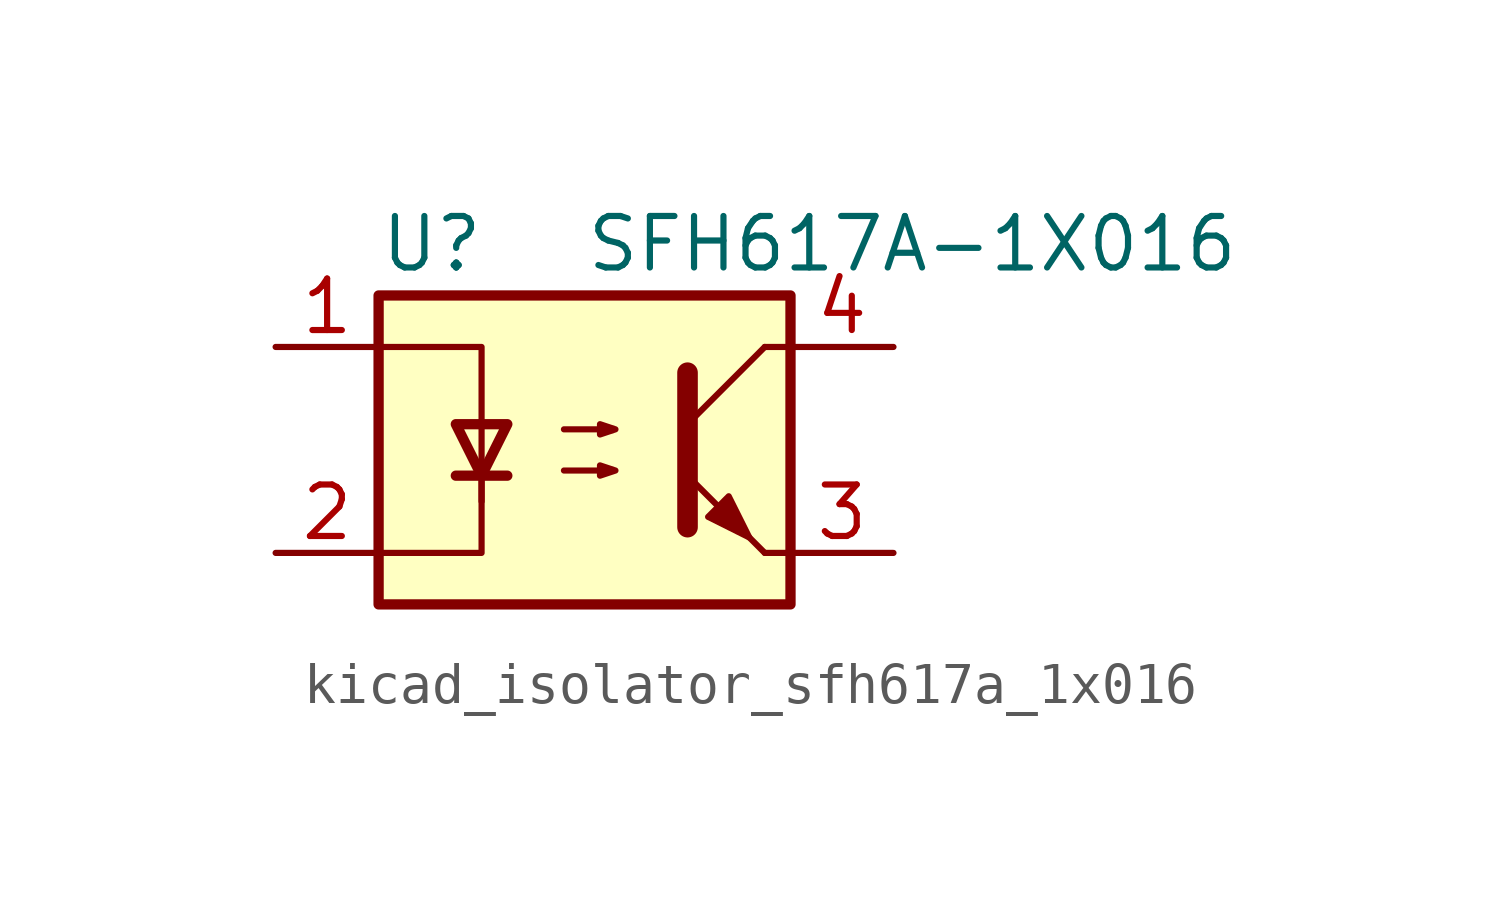
<source format=kicad_sym>
(kicad_symbol_lib
  (version 20220914)
  (generator kicad_symbol_editor)
  (symbol "kicad_isolator_sfh617a_1x016"
    (pin_names
      (offset 1.016))
    (property "Reference" "U"
      (at -5.08 5.08 0)
      (effects (font (size 1.27 1.27)) (justify left)))
    (property "Value" "SFH617A-1X016"
      (at 0 5.08 0)
      (effects (font (size 1.27 1.27)) (justify left)))
    (symbol "kicad_isolator_sfh617a_1x016_0_1"
      (rectangle (start -5.08 3.81) (end 5.08 -3.81) (stroke (width 0.254) (type default)) (fill (type background)))
      (polyline (pts (xy -3.175 -0.635) (xy -1.905 -0.635)) (stroke (width 0.254) (type default)) (fill (type none)))
      (polyline (pts (xy 2.54 0.635) (xy 4.445 2.54)) (stroke (width 0) (type default)) (fill (type none)))
      (polyline (pts (xy 4.445 -2.54) (xy 2.54 -0.635)) (stroke (width 0) (type default)) (fill (type outline)))
      (polyline (pts (xy 4.445 -2.54) (xy 5.08 -2.54)) (stroke (width 0) (type default)) (fill (type none)))
      (polyline (pts (xy 4.445 2.54) (xy 5.08 2.54)) (stroke (width 0) (type default)) (fill (type none)))
      (polyline (pts (xy -2.54 -0.635) (xy -2.54 -2.54) (xy -5.08 -2.54)) (stroke (width 0) (type default)) (fill (type none)))
      (polyline (pts (xy 2.54 1.905) (xy 2.54 -1.905) (xy 2.54 -1.905)) (stroke (width 0.508) (type default)) (fill (type none)))
      (polyline (pts (xy -5.08 2.54) (xy -2.54 2.54) (xy -2.54 -1.27) (xy -2.54 0.635)) (stroke (width 0) (type default)) (fill (type none)))
      (polyline (pts (xy -2.54 -0.635) (xy -3.175 0.635) (xy -1.905 0.635) (xy -2.54 -0.635)) (stroke (width 0.254) (type default)) (fill (type none)))
      (polyline (pts (xy -0.508 -0.508) (xy 0.762 -0.508) (xy 0.381 -0.635) (xy 0.381 -0.381) (xy 0.762 -0.508)) (stroke (width 0) (type default)) (fill (type none)))
      (polyline (pts (xy -0.508 0.508) (xy 0.762 0.508) (xy 0.381 0.381) (xy 0.381 0.635) (xy 0.762 0.508)) (stroke (width 0) (type default)) (fill (type none)))
      (polyline (pts (xy 3.048 -1.651) (xy 3.556 -1.143) (xy 4.064 -2.159) (xy 3.048 -1.651) (xy 3.048 -1.651)) (stroke (width 0) (type default)) (fill (type outline))))
    (symbol "kicad_isolator_sfh617a_1x016_1_1"
      (pin passive line (at -7.62 2.54 0) (length 2.54) (name "~" (effects (font (size 1.27 1.27)))) (number "1" (effects (font (size 1.27 1.27)))))
      (pin passive line (at -7.62 -2.54 0) (length 2.54) (name "~" (effects (font (size 1.27 1.27)))) (number "2" (effects (font (size 1.27 1.27)))))
      (pin passive line (at 7.62 -2.54 180) (length 2.54) (name "~" (effects (font (size 1.27 1.27)))) (number "3" (effects (font (size 1.27 1.27)))))
      (pin passive line (at 7.62 2.54 180) (length 2.54) (name "~" (effects (font (size 1.27 1.27)))) (number "4" (effects (font (size 1.27 1.27))))))))
</source>
